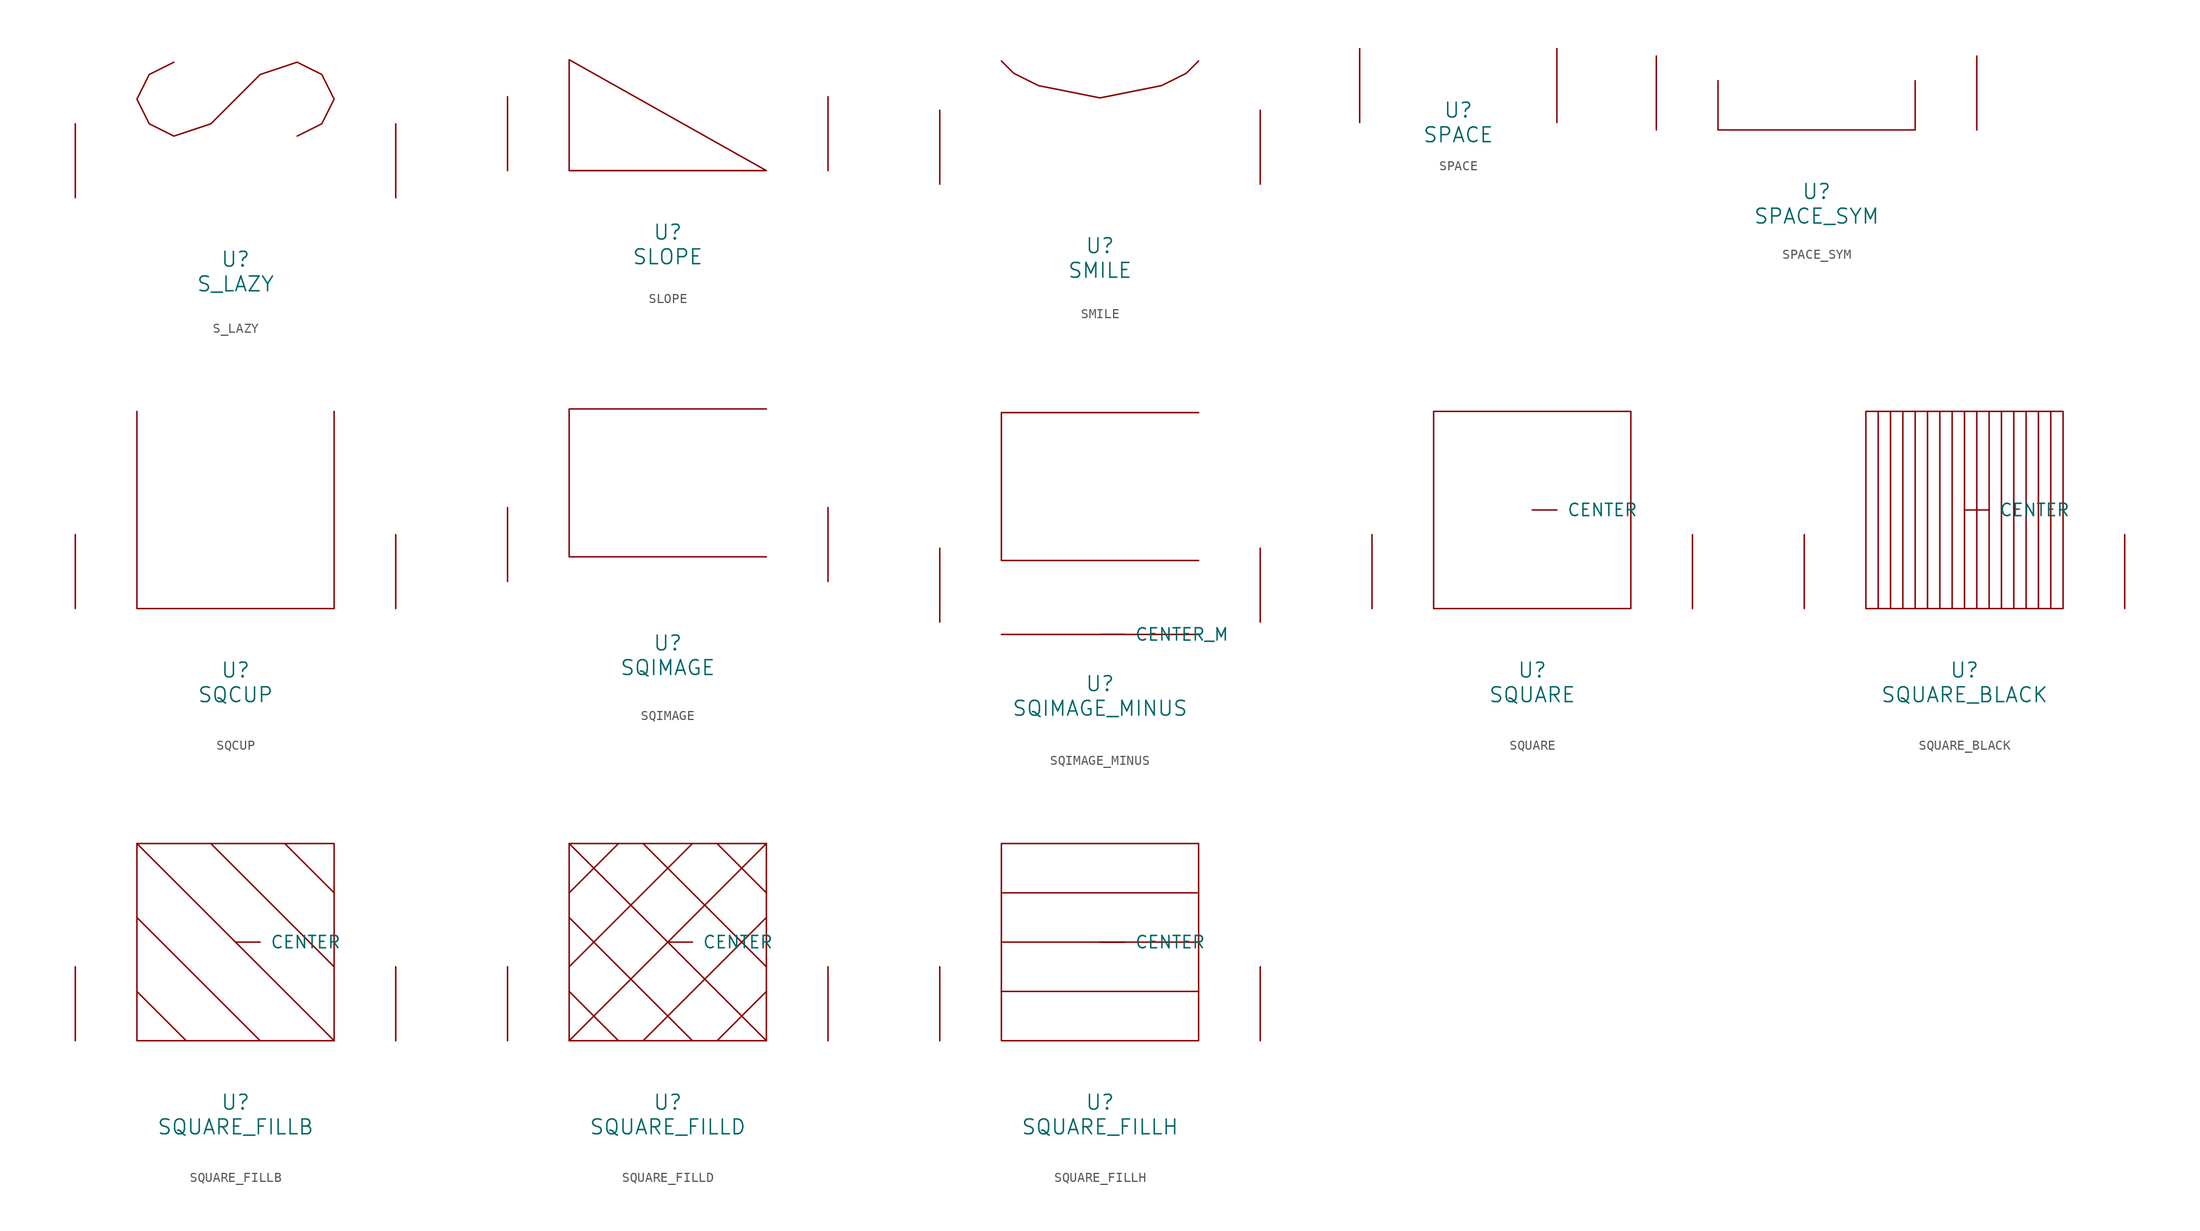
<source format=kicad_sym>
(kicad_symbol_lib
  (version 20220914)
  (generator font_lib2sym)
  (symbol "S_LAZY"
    (pin_names
      (offset 1.016))
    (property "Reference" "U"
      (at 0 -6.35 0)
      (effects (font (size 1.524 1.524))))
    (property "Value" "S_LAZY"
      (at 0 -8.89 0)
      (effects (font (size 1.524 1.524))))
    (symbol "S_LAZY_0_1"
      (polyline (pts (xy -6.35 13.97) (xy -8.89 12.7) (xy -10.16 10.16) (xy -8.89 7.62) (xy -6.35 6.35) (xy -2.54 7.62) (xy 2.54 12.7) (xy 6.35 13.97) (xy 8.89 12.7) (xy 10.16 10.16) (xy 8.89 7.62) (xy 6.35 6.35)) (stroke (width 0) (type solid)) (fill (type none)))
      (pin input line (at -16.51 0 90) (length 7.62) (name "~" (effects (font (size 1.27 1.27)))) (number "~" (effects (font (size 1.27 1.27)))))
      (pin input line (at 16.51 0 90) (length 7.62) (name "~" (effects (font (size 1.27 1.27)))) (number "~" (effects (font (size 1.27 1.27)))))))
  (symbol "SLOPE"
    (pin_names
      (offset 1.016))
    (property "Reference" "U"
      (at 0 -6.35 0)
      (effects (font (size 1.524 1.524))))
    (property "Value" "SLOPE"
      (at 0 -8.89 0)
      (effects (font (size 1.524 1.524))))
    (symbol "SLOPE_0_1"
      (polyline (pts (xy -10.16 0) (xy -10.16 11.43) (xy 10.16 0) (xy -10.16 0)) (stroke (width 0) (type solid)) (fill (type none)))
      (pin input line (at -16.51 0 90) (length 7.62) (name "~" (effects (font (size 1.27 1.27)))) (number "~" (effects (font (size 1.27 1.27)))))
      (pin input line (at 16.51 0 90) (length 7.62) (name "~" (effects (font (size 1.27 1.27)))) (number "~" (effects (font (size 1.27 1.27)))))))
  (symbol "SMILE"
    (pin_names
      (offset 1.016))
    (property "Reference" "U"
      (at 0 -6.35 0)
      (effects (font (size 1.524 1.524))))
    (property "Value" "SMILE"
      (at 0 -8.89 0)
      (effects (font (size 1.524 1.524))))
    (symbol "SMILE_0_1"
      (polyline (pts (xy 10.16 12.7) (xy 8.89 11.43) (xy 6.35 10.16) (xy 0 8.89) (xy -6.35 10.16) (xy -8.89 11.43) (xy -10.16 12.7)) (stroke (width 0) (type solid)) (fill (type none)))
      (pin input line (at -16.51 0 90) (length 7.62) (name "~" (effects (font (size 1.27 1.27)))) (number "~" (effects (font (size 1.27 1.27)))))
      (pin input line (at 16.51 0 90) (length 7.62) (name "~" (effects (font (size 1.27 1.27)))) (number "~" (effects (font (size 1.27 1.27)))))))
  (symbol "SPACE"
    (pin_names
      (offset 1.016))
    (property "Reference" "U"
      (at 0 1.27 0)
      (effects (font (size 1.524 1.524))))
    (property "Value" "SPACE"
      (at 0 -1.27 0)
      (effects (font (size 1.524 1.524))))
    (symbol "SPACE_0_1"
      (pin input line (at -10.16 0 90) (length 7.62) (name "~" (effects (font (size 1.27 1.27)))) (number "~" (effects (font (size 1.27 1.27)))))
      (pin input line (at 10.16 0 90) (length 7.62) (name "~" (effects (font (size 1.27 1.27)))) (number "~" (effects (font (size 1.27 1.27)))))))
  (symbol "SPACE_SYM"
    (pin_names
      (offset 1.016))
    (property "Reference" "U"
      (at 0 -6.35 0)
      (effects (font (size 1.524 1.524))))
    (property "Value" "SPACE_SYM"
      (at 0 -8.89 0)
      (effects (font (size 1.524 1.524))))
    (symbol "SPACE_SYM_0_1"
      (polyline (pts (xy -10.16 5.08) (xy -10.16 0) (xy 10.16 0) (xy 10.16 5.08)) (stroke (width 0) (type solid)) (fill (type none)))
      (pin input line (at -16.51 0 90) (length 7.62) (name "~" (effects (font (size 1.27 1.27)))) (number "~" (effects (font (size 1.27 1.27)))))
      (pin input line (at 16.51 0 90) (length 7.62) (name "~" (effects (font (size 1.27 1.27)))) (number "~" (effects (font (size 1.27 1.27)))))))
  (symbol "SQCUP"
    (pin_names
      (offset 1.016))
    (property "Reference" "U"
      (at 0 -6.35 0)
      (effects (font (size 1.524 1.524))))
    (property "Value" "SQCUP"
      (at 0 -8.89 0)
      (effects (font (size 1.524 1.524))))
    (symbol "SQCUP_0_1"
      (polyline (pts (xy -10.16 20.32) (xy -10.16 0) (xy 10.16 0) (xy 10.16 20.32)) (stroke (width 0) (type solid)) (fill (type none)))
      (pin input line (at -16.51 0 90) (length 7.62) (name "~" (effects (font (size 1.27 1.27)))) (number "~" (effects (font (size 1.27 1.27)))))
      (pin input line (at 16.51 0 90) (length 7.62) (name "~" (effects (font (size 1.27 1.27)))) (number "~" (effects (font (size 1.27 1.27)))))))
  (symbol "SQIMAGE"
    (pin_names
      (offset 1.016))
    (property "Reference" "U"
      (at 0 -6.35 0)
      (effects (font (size 1.524 1.524))))
    (property "Value" "SQIMAGE"
      (at 0 -8.89 0)
      (effects (font (size 1.524 1.524))))
    (symbol "SQIMAGE_0_1"
      (polyline (pts (xy 10.16 2.54) (xy -10.16 2.54) (xy -10.16 17.78) (xy 10.16 17.78)) (stroke (width 0) (type solid)) (fill (type none)))
      (pin input line (at -16.51 0 90) (length 7.62) (name "~" (effects (font (size 1.27 1.27)))) (number "~" (effects (font (size 1.27 1.27)))))
      (pin input line (at 16.51 0 90) (length 7.62) (name "~" (effects (font (size 1.27 1.27)))) (number "~" (effects (font (size 1.27 1.27)))))))
  (symbol "SQIMAGE_MINUS"
    (pin_names
      (offset 1.016))
    (property "Reference" "U"
      (at 0 -6.35 0)
      (effects (font (size 1.524 1.524))))
    (property "Value" "SQIMAGE_MINUS"
      (at 0 -8.89 0)
      (effects (font (size 1.524 1.524))))
    (symbol "SQIMAGE_MINUS_0_1"
      (polyline (pts (xy 10.16 -1.27) (xy -10.16 -1.27)) (stroke (width 0) (type solid)) (fill (type none)))
      (polyline (pts (xy 10.16 6.35) (xy -10.16 6.35) (xy -10.16 21.59) (xy 10.16 21.59)) (stroke (width 0) (type solid)) (fill (type none)))
      (pin input line (at 0 -1.27 0) (length 2.54) (name "CENTER_M" (effects (font (size 1.27 1.27)))) (number "~" (effects (font (size 1.27 1.27)))))
      (pin input line (at -16.51 0 90) (length 7.62) (name "~" (effects (font (size 1.27 1.27)))) (number "~" (effects (font (size 1.27 1.27)))))
      (pin input line (at 16.51 0 90) (length 7.62) (name "~" (effects (font (size 1.27 1.27)))) (number "~" (effects (font (size 1.27 1.27)))))))
  (symbol "SQUARE"
    (pin_names
      (offset 1.016))
    (property "Reference" "U"
      (at 0 -6.35 0)
      (effects (font (size 1.524 1.524))))
    (property "Value" "SQUARE"
      (at 0 -8.89 0)
      (effects (font (size 1.524 1.524))))
    (symbol "SQUARE_0_1"
      (polyline (pts (xy -10.16 20.32) (xy 10.16 20.32) (xy 10.16 0) (xy -10.16 0) (xy -10.16 20.32)) (stroke (width 0) (type solid)) (fill (type none)))
      (pin input line (at 0 10.16 0) (length 2.54) (name "CENTER" (effects (font (size 1.27 1.27)))) (number "~" (effects (font (size 1.27 1.27)))))
      (pin input line (at -16.51 0 90) (length 7.62) (name "~" (effects (font (size 1.27 1.27)))) (number "~" (effects (font (size 1.27 1.27)))))
      (pin input line (at 16.51 0 90) (length 7.62) (name "~" (effects (font (size 1.27 1.27)))) (number "~" (effects (font (size 1.27 1.27)))))))
  (symbol "SQUARE_BLACK"
    (pin_names
      (offset 1.016))
    (property "Reference" "U"
      (at 0 -6.35 0)
      (effects (font (size 1.524 1.524))))
    (property "Value" "SQUARE_BLACK"
      (at 0 -8.89 0)
      (effects (font (size 1.524 1.524))))
    (symbol "SQUARE_BLACK_0_1"
      (polyline (pts (xy -8.89 20.32) (xy -8.89 0)) (stroke (width 0) (type solid)) (fill (type none)))
      (polyline (pts (xy -7.62 0) (xy -7.62 20.32)) (stroke (width 0) (type solid)) (fill (type none)))
      (polyline (pts (xy -6.35 20.32) (xy -6.35 0)) (stroke (width 0) (type solid)) (fill (type none)))
      (polyline (pts (xy -5.08 0) (xy -5.08 20.32)) (stroke (width 0) (type solid)) (fill (type none)))
      (polyline (pts (xy -3.81 20.32) (xy -3.81 0)) (stroke (width 0) (type solid)) (fill (type none)))
      (polyline (pts (xy -2.54 0) (xy -2.54 20.32)) (stroke (width 0) (type solid)) (fill (type none)))
      (polyline (pts (xy -1.27 20.32) (xy -1.27 0)) (stroke (width 0) (type solid)) (fill (type none)))
      (polyline (pts (xy 0 0) (xy 0 20.32)) (stroke (width 0) (type solid)) (fill (type none)))
      (polyline (pts (xy 1.27 20.32) (xy 1.27 0)) (stroke (width 0) (type solid)) (fill (type none)))
      (polyline (pts (xy 2.54 0) (xy 2.54 20.32)) (stroke (width 0) (type solid)) (fill (type none)))
      (polyline (pts (xy 3.81 20.32) (xy 3.81 0)) (stroke (width 0) (type solid)) (fill (type none)))
      (polyline (pts (xy 5.08 0) (xy 5.08 20.32)) (stroke (width 0) (type solid)) (fill (type none)))
      (polyline (pts (xy 6.35 20.32) (xy 6.35 0)) (stroke (width 0) (type solid)) (fill (type none)))
      (polyline (pts (xy 7.62 0) (xy 7.62 20.32)) (stroke (width 0) (type solid)) (fill (type none)))
      (polyline (pts (xy 8.89 20.32) (xy 8.89 0)) (stroke (width 0) (type solid)) (fill (type none)))
      (polyline (pts (xy -10.16 20.32) (xy 10.16 20.32) (xy 10.16 0) (xy -10.16 0) (xy -10.16 20.32)) (stroke (width 0) (type solid)) (fill (type none)))
      (pin input line (at 0 10.16 0) (length 2.54) (name "CENTER" (effects (font (size 1.27 1.27)))) (number "~" (effects (font (size 1.27 1.27)))))
      (pin input line (at -16.51 0 90) (length 7.62) (name "~" (effects (font (size 1.27 1.27)))) (number "~" (effects (font (size 1.27 1.27)))))
      (pin input line (at 16.51 0 90) (length 7.62) (name "~" (effects (font (size 1.27 1.27)))) (number "~" (effects (font (size 1.27 1.27)))))))
  (symbol "SQUARE_FILLB"
    (pin_names
      (offset 1.016))
    (property "Reference" "U"
      (at 0 -6.35 0)
      (effects (font (size 1.524 1.524))))
    (property "Value" "SQUARE_FILLB"
      (at 0 -8.89 0)
      (effects (font (size 1.524 1.524))))
    (symbol "SQUARE_FILLB_0_1"
      (polyline (pts (xy -10.16 20.32) (xy 10.16 0)) (stroke (width 0) (type solid)) (fill (type none)))
      (polyline (pts (xy -5.08 0) (xy -10.16 5.08)) (stroke (width 0) (type solid)) (fill (type none)))
      (polyline (pts (xy 2.54 0) (xy -10.16 12.7)) (stroke (width 0) (type solid)) (fill (type none)))
      (polyline (pts (xy 10.16 7.62) (xy -2.54 20.32)) (stroke (width 0) (type solid)) (fill (type none)))
      (polyline (pts (xy 10.16 15.24) (xy 5.08 20.32)) (stroke (width 0) (type solid)) (fill (type none)))
      (polyline (pts (xy -10.16 20.32) (xy 10.16 20.32) (xy 10.16 0) (xy -10.16 0) (xy -10.16 20.32)) (stroke (width 0) (type solid)) (fill (type none)))
      (pin input line (at 0 10.16 0) (length 2.54) (name "CENTER" (effects (font (size 1.27 1.27)))) (number "~" (effects (font (size 1.27 1.27)))))
      (pin input line (at -16.51 0 90) (length 7.62) (name "~" (effects (font (size 1.27 1.27)))) (number "~" (effects (font (size 1.27 1.27)))))
      (pin input line (at 16.51 0 90) (length 7.62) (name "~" (effects (font (size 1.27 1.27)))) (number "~" (effects (font (size 1.27 1.27)))))))
  (symbol "SQUARE_FILLD"
    (pin_names
      (offset 1.016))
    (property "Reference" "U"
      (at 0 -6.35 0)
      (effects (font (size 1.524 1.524))))
    (property "Value" "SQUARE_FILLD"
      (at 0 -8.89 0)
      (effects (font (size 1.524 1.524))))
    (symbol "SQUARE_FILLD_0_1"
      (polyline (pts (xy -10.16 0) (xy 10.16 20.32)) (stroke (width 0) (type solid)) (fill (type none)))
      (polyline (pts (xy -10.16 7.62) (xy 2.54 20.32)) (stroke (width 0) (type solid)) (fill (type none)))
      (polyline (pts (xy -10.16 15.24) (xy -5.08 20.32)) (stroke (width 0) (type solid)) (fill (type none)))
      (polyline (pts (xy -10.16 20.32) (xy 10.16 0)) (stroke (width 0) (type solid)) (fill (type none)))
      (polyline (pts (xy -5.08 0) (xy -10.16 5.08)) (stroke (width 0) (type solid)) (fill (type none)))
      (polyline (pts (xy -2.54 0) (xy 10.16 12.7)) (stroke (width 0) (type solid)) (fill (type none)))
      (polyline (pts (xy 2.54 0) (xy -10.16 12.7)) (stroke (width 0) (type solid)) (fill (type none)))
      (polyline (pts (xy 5.08 0) (xy 10.16 5.08)) (stroke (width 0) (type solid)) (fill (type none)))
      (polyline (pts (xy 10.16 7.62) (xy -2.54 20.32)) (stroke (width 0) (type solid)) (fill (type none)))
      (polyline (pts (xy 10.16 15.24) (xy 5.08 20.32)) (stroke (width 0) (type solid)) (fill (type none)))
      (polyline (pts (xy -10.16 20.32) (xy 10.16 20.32) (xy 10.16 0) (xy -10.16 0) (xy -10.16 20.32)) (stroke (width 0) (type solid)) (fill (type none)))
      (pin input line (at 0 10.16 0) (length 2.54) (name "CENTER" (effects (font (size 1.27 1.27)))) (number "~" (effects (font (size 1.27 1.27)))))
      (pin input line (at -16.51 0 90) (length 7.62) (name "~" (effects (font (size 1.27 1.27)))) (number "~" (effects (font (size 1.27 1.27)))))
      (pin input line (at 16.51 0 90) (length 7.62) (name "~" (effects (font (size 1.27 1.27)))) (number "~" (effects (font (size 1.27 1.27)))))))
  (symbol "SQUARE_FILLH"
    (pin_names
      (offset 1.016))
    (property "Reference" "U"
      (at 0 -6.35 0)
      (effects (font (size 1.524 1.524))))
    (property "Value" "SQUARE_FILLH"
      (at 0 -8.89 0)
      (effects (font (size 1.524 1.524))))
    (symbol "SQUARE_FILLH_0_1"
      (polyline (pts (xy -10.16 5.08) (xy 10.16 5.08)) (stroke (width 0) (type solid)) (fill (type none)))
      (polyline (pts (xy -10.16 10.16) (xy 10.16 10.16)) (stroke (width 0) (type solid)) (fill (type none)))
      (polyline (pts (xy -10.16 15.24) (xy 10.16 15.24)) (stroke (width 0) (type solid)) (fill (type none)))
      (polyline (pts (xy -10.16 20.32) (xy 10.16 20.32) (xy 10.16 0) (xy -10.16 0) (xy -10.16 20.32)) (stroke (width 0) (type solid)) (fill (type none)))
      (pin input line (at 0 10.16 0) (length 2.54) (name "CENTER" (effects (font (size 1.27 1.27)))) (number "~" (effects (font (size 1.27 1.27)))))
      (pin input line (at -16.51 0 90) (length 7.62) (name "~" (effects (font (size 1.27 1.27)))) (number "~" (effects (font (size 1.27 1.27)))))
      (pin input line (at 16.51 0 90) (length 7.62) (name "~" (effects (font (size 1.27 1.27)))) (number "~" (effects (font (size 1.27 1.27))))))))
</source>
